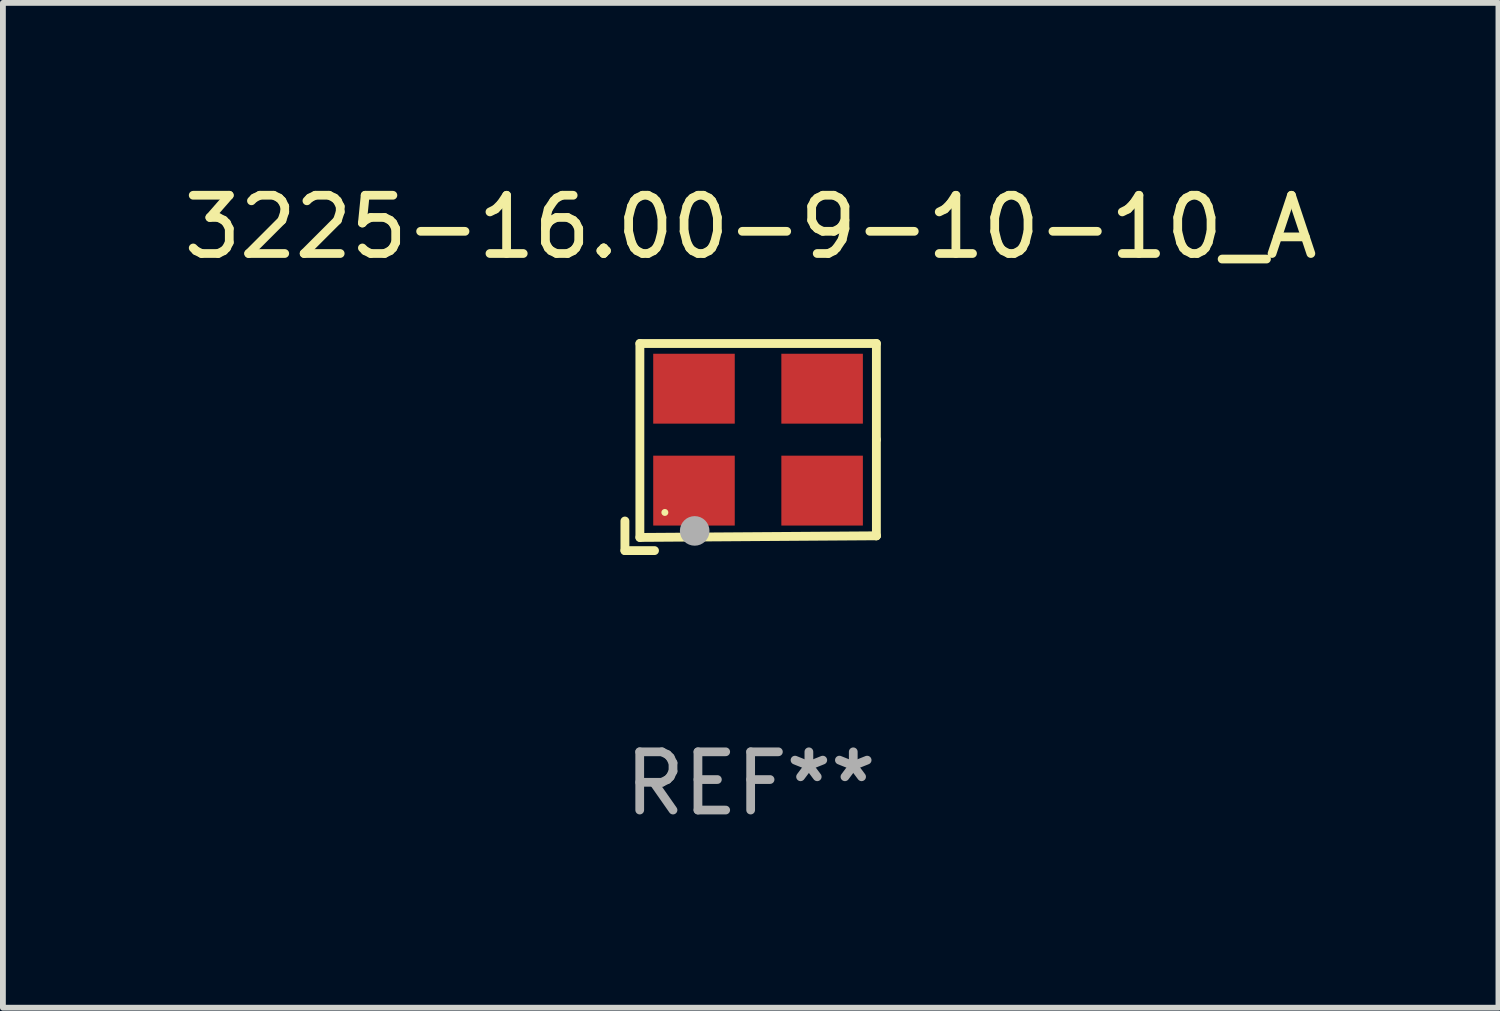
<source format=kicad_pcb>
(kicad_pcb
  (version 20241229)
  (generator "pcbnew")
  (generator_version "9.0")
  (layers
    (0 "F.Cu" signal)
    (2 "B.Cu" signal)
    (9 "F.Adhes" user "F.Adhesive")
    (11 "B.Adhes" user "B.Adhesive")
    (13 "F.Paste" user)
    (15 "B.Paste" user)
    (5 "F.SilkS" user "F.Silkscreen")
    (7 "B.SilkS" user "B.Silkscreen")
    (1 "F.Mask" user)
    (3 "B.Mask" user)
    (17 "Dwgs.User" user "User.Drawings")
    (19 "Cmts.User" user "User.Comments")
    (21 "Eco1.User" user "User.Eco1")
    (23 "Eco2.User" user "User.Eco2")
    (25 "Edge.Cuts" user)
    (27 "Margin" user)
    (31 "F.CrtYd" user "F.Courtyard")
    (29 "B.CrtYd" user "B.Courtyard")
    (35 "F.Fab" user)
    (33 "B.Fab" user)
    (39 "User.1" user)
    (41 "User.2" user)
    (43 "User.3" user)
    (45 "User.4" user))
  (footprint "3225-16.00-9-10-10_A"
    (layer "F.Cu")
    (at 9.839 4.626)
    (property "Reference" "3225-16.00-9-10-10_A" (at 0 -3.778 0) (layer "F.SilkS") (effects (font (size 1 1) (thickness 0.15))))
    (attr through_hole)
    (fp_line (start -2.159 1.27) (end -2.159 1.778) (stroke (width 0.152) (type solid)) (layer "F.SilkS"))
    (fp_line (start -2.159 1.778) (end -1.651 1.778) (stroke (width 0.152) (type solid)) (layer "F.SilkS"))
    (fp_line (start -1.902 -1.778) (end 2.159 -1.778) (stroke (width 0.152) (type solid)) (layer "F.SilkS"))
    (fp_line (start -1.902 1.552) (end -1.902 -1.778) (stroke (width 0.152) (type solid)) (layer "F.SilkS"))
    (fp_line (start 2.159 -1.778) (end 2.159 -0.127) (stroke (width 0.152) (type solid)) (layer "F.SilkS"))
    (fp_line (start 2.159 -0.127) (end 2.159 1.524) (stroke (width 0.152) (type solid)) (layer "F.SilkS"))
    (fp_line (start 2.159 1.524) (end -1.902 1.552) (stroke (width 0.152) (type solid)) (layer "F.SilkS"))
    (fp_line (start 2.159 1.524) (end 2.159 1.524) (stroke (width 0.152) (type solid)) (layer "F.SilkS"))
    (fp_circle (center -1.473 1.123) (end -1.443 1.123) (stroke (width 0.06) (type solid)) (fill no) (layer "F.SilkS"))
    (fp_circle (center -0.961 1.44) (end -0.834 1.44) (stroke (width 0.254) (type solid)) (fill no) (layer "F.Fab"))
    (fp_text user "REF**" (at 0 5.778 0) (layer "F.Fab") (effects (font (size 1 1) (thickness 0.15))))
    (pad "1" smd rect (at -0.973 0.748) (size 1.4 1.2) (layers "F.Cu" "F.Mask" "F.Paste"))
    (pad "2" smd rect (at 1.227 0.748) (size 1.4 1.2) (layers "F.Cu" "F.Mask" "F.Paste"))
    (pad "3" smd rect (at 1.227 -1.002) (size 1.4 1.2) (layers "F.Cu" "F.Mask" "F.Paste"))
    (pad "4" smd rect (at -0.973 -1.002) (size 1.4 1.2) (layers "F.Cu" "F.Mask" "F.Paste")))
  (gr_rect
    (start -3 -3)
    (end 22.679 14.253)
    (stroke (width 0.1) (type default))
    (fill no)
    (layer "Edge.Cuts")))
</source>
